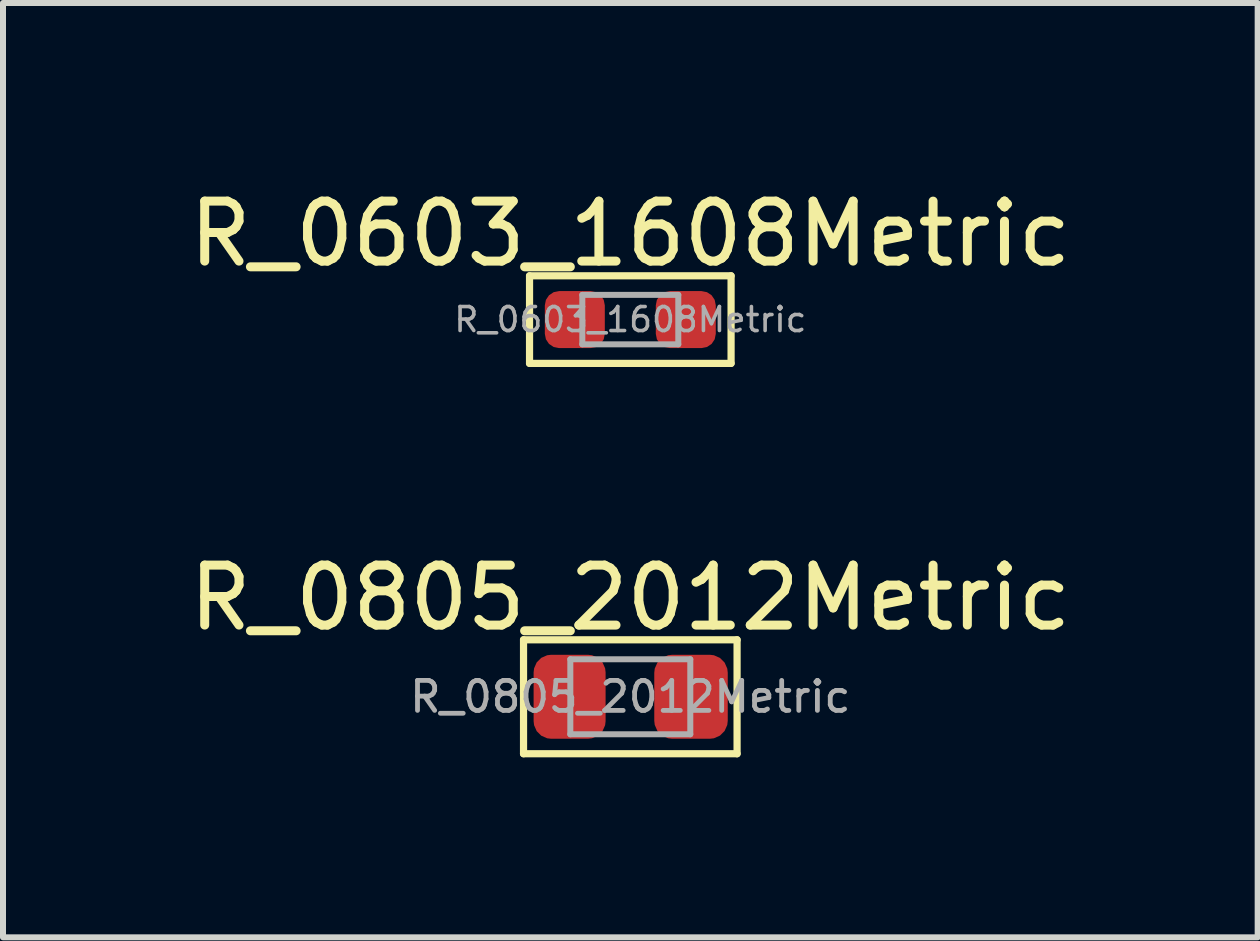
<source format=kicad_pcb>
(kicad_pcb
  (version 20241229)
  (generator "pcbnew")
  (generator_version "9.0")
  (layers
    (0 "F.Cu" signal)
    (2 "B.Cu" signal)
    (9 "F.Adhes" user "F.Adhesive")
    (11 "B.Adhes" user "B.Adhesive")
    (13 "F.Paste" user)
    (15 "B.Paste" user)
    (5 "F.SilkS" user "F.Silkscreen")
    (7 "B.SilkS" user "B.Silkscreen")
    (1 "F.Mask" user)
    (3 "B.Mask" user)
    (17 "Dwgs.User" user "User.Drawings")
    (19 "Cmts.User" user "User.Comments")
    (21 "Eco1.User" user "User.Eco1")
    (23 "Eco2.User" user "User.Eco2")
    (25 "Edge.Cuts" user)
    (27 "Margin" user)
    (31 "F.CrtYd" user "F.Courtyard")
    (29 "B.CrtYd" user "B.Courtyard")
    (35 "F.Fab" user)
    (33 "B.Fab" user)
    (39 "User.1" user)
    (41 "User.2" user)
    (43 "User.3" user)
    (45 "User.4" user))
  (footprint "R_0603_1608Metric"
    (layer "F.Cu")
    (at 7.458 2.278)
    (property "Reference" "R_0603_1608Metric" (at 0 -1.43 0) (layer "F.SilkS") (effects (font (size 1 1) (thickness 0.15))))
    (attr smd)
    (fp_line (start -1.68 -0.73) (end 1.68 -0.73) (stroke (width 0.12) (type solid)) (layer "F.SilkS"))
    (fp_line (start -1.68 0.73) (end -1.68 -0.73) (stroke (width 0.12) (type solid)) (layer "F.SilkS"))
    (fp_line (start 1.68 -0.73) (end 1.68 0.73) (stroke (width 0.12) (type solid)) (layer "F.SilkS"))
    (fp_line (start 1.68 0.73) (end -1.68 0.73) (stroke (width 0.12) (type solid)) (layer "F.SilkS"))
    (fp_line (start -0.8 -0.412) (end 0.8 -0.412) (stroke (width 0.1) (type solid)) (layer "F.Fab"))
    (fp_line (start -0.8 0.412) (end -0.8 -0.412) (stroke (width 0.1) (type solid)) (layer "F.Fab"))
    (fp_line (start 0.8 -0.412) (end 0.8 0.412) (stroke (width 0.1) (type solid)) (layer "F.Fab"))
    (fp_line (start 0.8 0.412) (end -0.8 0.412) (stroke (width 0.1) (type solid)) (layer "F.Fab"))
    (fp_text user "${REFERENCE}" (at 0 0 0) (layer "F.Fab") (effects (font (size 0.4 0.4) (thickness 0.06))))
    (pad "1" smd roundrect (at -0.925 0) (size 1 0.95) (layers "F.Cu" "F.Mask" "F.Paste") (roundrect_rratio 0.25))
    (pad "2" smd roundrect (at 0.925 0) (size 1 0.95) (layers "F.Cu" "F.Mask" "F.Paste") (roundrect_rratio 0.25)))
  (footprint "R_0805_2012Metric"
    (layer "F.Cu")
    (at 7.458 8.566)
    (property "Reference" "R_0805_2012Metric" (at 0 -1.65 0) (layer "F.SilkS") (effects (font (size 1 1) (thickness 0.15))))
    (attr smd)
    (fp_line (start -1.78 -0.95) (end 1.78 -0.95) (stroke (width 0.12) (type solid)) (layer "F.SilkS"))
    (fp_line (start -1.78 0.95) (end -1.78 -0.95) (stroke (width 0.12) (type solid)) (layer "F.SilkS"))
    (fp_line (start 1.78 -0.95) (end 1.78 0.95) (stroke (width 0.12) (type solid)) (layer "F.SilkS"))
    (fp_line (start 1.78 0.95) (end -1.78 0.95) (stroke (width 0.12) (type solid)) (layer "F.SilkS"))
    (fp_line (start -1 -0.625) (end 1 -0.625) (stroke (width 0.1) (type solid)) (layer "F.Fab"))
    (fp_line (start -1 0.625) (end -1 -0.625) (stroke (width 0.1) (type solid)) (layer "F.Fab"))
    (fp_line (start 1 -0.625) (end 1 0.625) (stroke (width 0.1) (type solid)) (layer "F.Fab"))
    (fp_line (start 1 0.625) (end -1 0.625) (stroke (width 0.1) (type solid)) (layer "F.Fab"))
    (fp_text user "${REFERENCE}" (at 0 0 0) (layer "F.Fab") (effects (font (size 0.5 0.5) (thickness 0.08))))
    (pad "1" smd roundrect (at -1.012 0) (size 1.2 1.4) (layers "F.Cu" "F.Mask" "F.Paste") (roundrect_rratio 0.244))
    (pad "2" smd roundrect (at 1.012 0) (size 1.225 1.4) (layers "F.Cu" "F.Mask" "F.Paste") (roundrect_rratio 0.244)))
  (gr_rect
    (start -3 -3)
    (end 17.917 12.576)
    (stroke (width 0.1) (type default))
    (fill no)
    (layer "Edge.Cuts")))
</source>
